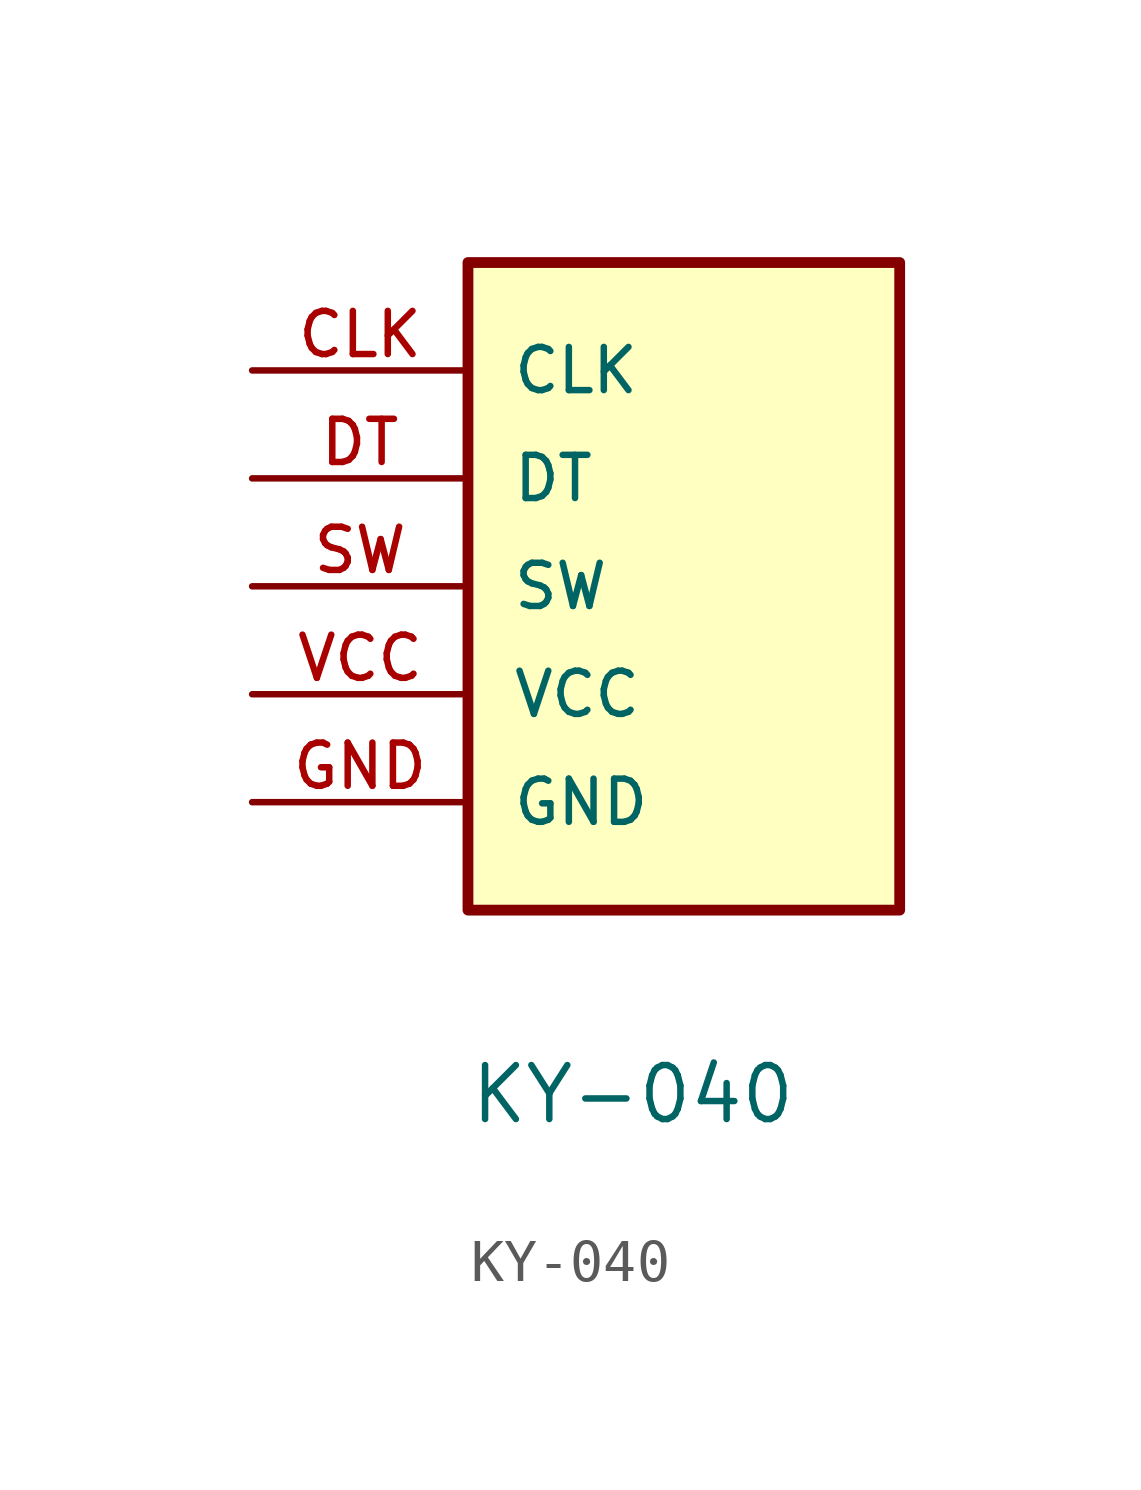
<source format=kicad_sym>
(kicad_symbol_lib
  (version 20220914)
  (generator kicad_symbol_editor)
  (symbol "KY-040"
    (pin_names
      (offset 1.016))
    (property "Reference" "U"
      (at -5.08 10.16 0)
      (effects (font (size 1.27 1.27)) (justify left bottom) hide))
    (property "Value" "KY-040"
      (at -5.08 -12.7 0)
      (effects (font (size 1.27 1.27)) (justify left bottom)))
    (symbol "KY-040_0_0"
      (rectangle (start -5.08 7.62) (end 5.08 -7.62) (stroke (width 0.254) (type default)) (fill (type background)))
      (pin output line (at -10.16 5.08 0) (length 5.08) (name "CLK" (effects (font (size 1.016 1.016)))) (number "CLK" (effects (font (size 1.016 1.016)))))
      (pin output line (at -10.16 2.54 0) (length 5.08) (name "DT" (effects (font (size 1.016 1.016)))) (number "DT" (effects (font (size 1.016 1.016)))))
      (pin power_in line (at -10.16 -5.08 0) (length 5.08) (name "GND" (effects (font (size 1.016 1.016)))) (number "GND" (effects (font (size 1.016 1.016)))))
      (pin output line (at -10.16 0 0) (length 5.08) (name "SW" (effects (font (size 1.016 1.016)))) (number "SW" (effects (font (size 1.016 1.016)))))
      (pin power_in line (at -10.16 -2.54 0) (length 5.08) (name "VCC" (effects (font (size 1.016 1.016)))) (number "VCC" (effects (font (size 1.016 1.016))))))))
</source>
